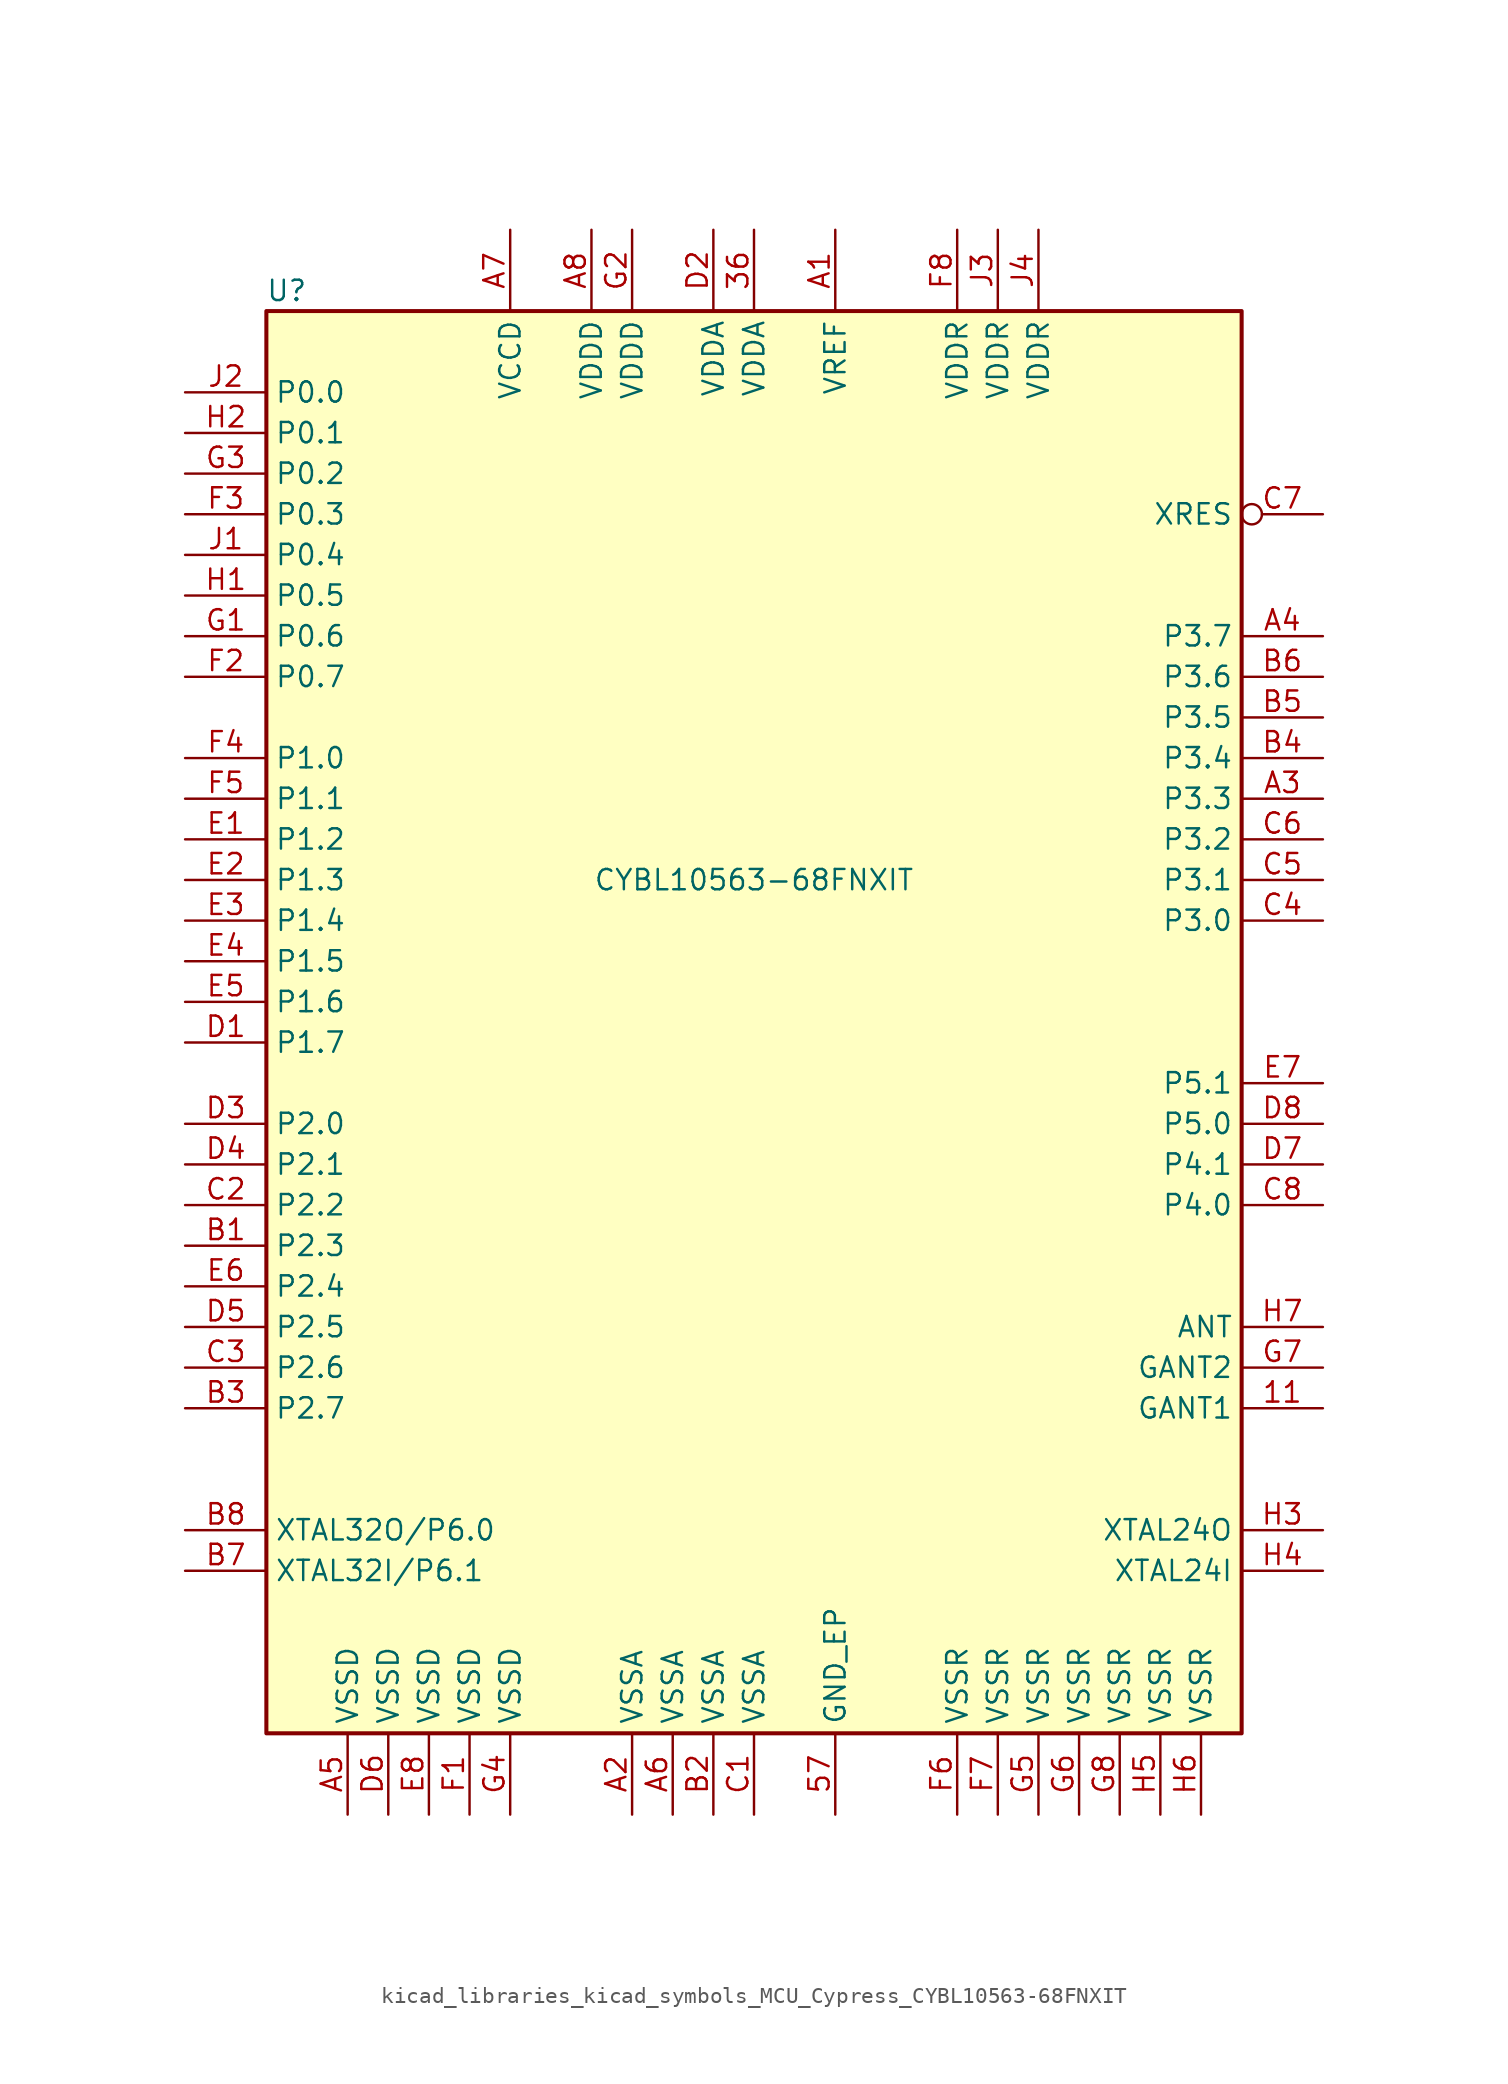
<source format=kicad_sym>
(kicad_symbol_lib
  (version 20220914)
  (generator kicad_symbol_editor)
  (symbol "kicad_libraries_kicad_symbols_MCU_Cypress_CYBL10563-68FNXIT"
    (property "Reference" "U"
      (at -29.21 39.37 0)
      (effects (font (size 1.27 1.27))))
    (property "Value" "CYBL10563-68FNXIT"
      (at 0 2.54 0)
      (effects (font (size 1.27 1.27))))
    (symbol "kicad_libraries_kicad_symbols_MCU_Cypress_CYBL10563-68FNXIT_1_0"
      (rectangle (start -30.48 -50.8) (end 30.48 38.1) (stroke (width 0.254) (type default)) (fill (type background))))
    (symbol "kicad_libraries_kicad_symbols_MCU_Cypress_CYBL10563-68FNXIT_1_1"
      (pin power_in line (at 35.56 -30.48 180) (length 5.08) (name "GANT1" (effects (font (size 1.27 1.27)))) (number "11" (effects (font (size 1.27 1.27)))))
      (pin power_in line (at 0 43.18 270) (length 5.08) (name "VDDA" (effects (font (size 1.27 1.27)))) (number "36" (effects (font (size 1.27 1.27)))))
      (pin power_in line (at 5.08 -55.88 90) (length 5.08) (name "GND_EP" (effects (font (size 1.27 1.27)))) (number "57" (effects (font (size 1.27 1.27)))))
      (pin passive line (at 5.08 43.18 270) (length 5.08) (name "VREF" (effects (font (size 1.27 1.27)))) (number "A1" (effects (font (size 1.27 1.27)))))
      (pin power_in line (at -7.62 -55.88 90) (length 5.08) (name "VSSA" (effects (font (size 1.27 1.27)))) (number "A2" (effects (font (size 1.27 1.27)))))
      (pin bidirectional line (at 35.56 7.62 180) (length 5.08) (name "P3.3" (effects (font (size 1.27 1.27)))) (number "A3" (effects (font (size 1.27 1.27)))))
      (pin bidirectional line (at 35.56 17.78 180) (length 5.08) (name "P3.7" (effects (font (size 1.27 1.27)))) (number "A4" (effects (font (size 1.27 1.27)))))
      (pin power_in line (at -25.4 -55.88 90) (length 5.08) (name "VSSD" (effects (font (size 1.27 1.27)))) (number "A5" (effects (font (size 1.27 1.27)))))
      (pin power_in line (at -5.08 -55.88 90) (length 5.08) (name "VSSA" (effects (font (size 1.27 1.27)))) (number "A6" (effects (font (size 1.27 1.27)))))
      (pin power_out line (at -15.24 43.18 270) (length 5.08) (name "VCCD" (effects (font (size 1.27 1.27)))) (number "A7" (effects (font (size 1.27 1.27)))))
      (pin power_in line (at -10.16 43.18 270) (length 5.08) (name "VDDD" (effects (font (size 1.27 1.27)))) (number "A8" (effects (font (size 1.27 1.27)))))
      (pin bidirectional line (at -35.56 -20.32 0) (length 5.08) (name "P2.3" (effects (font (size 1.27 1.27)))) (number "B1" (effects (font (size 1.27 1.27)))))
      (pin bidirectional line (at -2.54 -55.88 90) (length 5.08) (name "VSSA" (effects (font (size 1.27 1.27)))) (number "B2" (effects (font (size 1.27 1.27)))))
      (pin bidirectional line (at -35.56 -30.48 0) (length 5.08) (name "P2.7" (effects (font (size 1.27 1.27)))) (number "B3" (effects (font (size 1.27 1.27)))))
      (pin bidirectional line (at 35.56 10.16 180) (length 5.08) (name "P3.4" (effects (font (size 1.27 1.27)))) (number "B4" (effects (font (size 1.27 1.27)))))
      (pin bidirectional line (at 35.56 12.7 180) (length 5.08) (name "P3.5" (effects (font (size 1.27 1.27)))) (number "B5" (effects (font (size 1.27 1.27)))))
      (pin bidirectional line (at 35.56 15.24 180) (length 5.08) (name "P3.6" (effects (font (size 1.27 1.27)))) (number "B6" (effects (font (size 1.27 1.27)))))
      (pin bidirectional line (at -35.56 -40.64 0) (length 5.08) (name "XTAL32I/P6.1" (effects (font (size 1.27 1.27)))) (number "B7" (effects (font (size 1.27 1.27)))))
      (pin bidirectional line (at -35.56 -38.1 0) (length 5.08) (name "XTAL32O/P6.0" (effects (font (size 1.27 1.27)))) (number "B8" (effects (font (size 1.27 1.27)))))
      (pin power_in line (at 0 -55.88 90) (length 5.08) (name "VSSA" (effects (font (size 1.27 1.27)))) (number "C1" (effects (font (size 1.27 1.27)))))
      (pin bidirectional line (at -35.56 -17.78 0) (length 5.08) (name "P2.2" (effects (font (size 1.27 1.27)))) (number "C2" (effects (font (size 1.27 1.27)))))
      (pin bidirectional line (at -35.56 -27.94 0) (length 5.08) (name "P2.6" (effects (font (size 1.27 1.27)))) (number "C3" (effects (font (size 1.27 1.27)))))
      (pin bidirectional line (at 35.56 0 180) (length 5.08) (name "P3.0" (effects (font (size 1.27 1.27)))) (number "C4" (effects (font (size 1.27 1.27)))))
      (pin bidirectional line (at 35.56 2.54 180) (length 5.08) (name "P3.1" (effects (font (size 1.27 1.27)))) (number "C5" (effects (font (size 1.27 1.27)))))
      (pin bidirectional line (at 35.56 5.08 180) (length 5.08) (name "P3.2" (effects (font (size 1.27 1.27)))) (number "C6" (effects (font (size 1.27 1.27)))))
      (pin input inverted (at 35.56 25.4 180) (length 5.08) (name "XRES" (effects (font (size 1.27 1.27)))) (number "C7" (effects (font (size 1.27 1.27)))))
      (pin bidirectional line (at 35.56 -17.78 180) (length 5.08) (name "P4.0" (effects (font (size 1.27 1.27)))) (number "C8" (effects (font (size 1.27 1.27)))))
      (pin bidirectional line (at -35.56 -7.62 0) (length 5.08) (name "P1.7" (effects (font (size 1.27 1.27)))) (number "D1" (effects (font (size 1.27 1.27)))))
      (pin power_in line (at -2.54 43.18 270) (length 5.08) (name "VDDA" (effects (font (size 1.27 1.27)))) (number "D2" (effects (font (size 1.27 1.27)))))
      (pin bidirectional line (at -35.56 -12.7 0) (length 5.08) (name "P2.0" (effects (font (size 1.27 1.27)))) (number "D3" (effects (font (size 1.27 1.27)))))
      (pin bidirectional line (at -35.56 -15.24 0) (length 5.08) (name "P2.1" (effects (font (size 1.27 1.27)))) (number "D4" (effects (font (size 1.27 1.27)))))
      (pin bidirectional line (at -35.56 -25.4 0) (length 5.08) (name "P2.5" (effects (font (size 1.27 1.27)))) (number "D5" (effects (font (size 1.27 1.27)))))
      (pin power_in line (at -22.86 -55.88 90) (length 5.08) (name "VSSD" (effects (font (size 1.27 1.27)))) (number "D6" (effects (font (size 1.27 1.27)))))
      (pin bidirectional line (at 35.56 -15.24 180) (length 5.08) (name "P4.1" (effects (font (size 1.27 1.27)))) (number "D7" (effects (font (size 1.27 1.27)))))
      (pin bidirectional line (at 35.56 -12.7 180) (length 5.08) (name "P5.0" (effects (font (size 1.27 1.27)))) (number "D8" (effects (font (size 1.27 1.27)))))
      (pin bidirectional line (at -35.56 5.08 0) (length 5.08) (name "P1.2" (effects (font (size 1.27 1.27)))) (number "E1" (effects (font (size 1.27 1.27)))))
      (pin bidirectional line (at -35.56 2.54 0) (length 5.08) (name "P1.3" (effects (font (size 1.27 1.27)))) (number "E2" (effects (font (size 1.27 1.27)))))
      (pin bidirectional line (at -35.56 0 0) (length 5.08) (name "P1.4" (effects (font (size 1.27 1.27)))) (number "E3" (effects (font (size 1.27 1.27)))))
      (pin bidirectional line (at -35.56 -2.54 0) (length 5.08) (name "P1.5" (effects (font (size 1.27 1.27)))) (number "E4" (effects (font (size 1.27 1.27)))))
      (pin bidirectional line (at -35.56 -5.08 0) (length 5.08) (name "P1.6" (effects (font (size 1.27 1.27)))) (number "E5" (effects (font (size 1.27 1.27)))))
      (pin bidirectional line (at -35.56 -22.86 0) (length 5.08) (name "P2.4" (effects (font (size 1.27 1.27)))) (number "E6" (effects (font (size 1.27 1.27)))))
      (pin bidirectional line (at 35.56 -10.16 180) (length 5.08) (name "P5.1" (effects (font (size 1.27 1.27)))) (number "E7" (effects (font (size 1.27 1.27)))))
      (pin power_in line (at -20.32 -55.88 90) (length 5.08) (name "VSSD" (effects (font (size 1.27 1.27)))) (number "E8" (effects (font (size 1.27 1.27)))))
      (pin power_in line (at -17.78 -55.88 90) (length 5.08) (name "VSSD" (effects (font (size 1.27 1.27)))) (number "F1" (effects (font (size 1.27 1.27)))))
      (pin bidirectional line (at -35.56 15.24 0) (length 5.08) (name "P0.7" (effects (font (size 1.27 1.27)))) (number "F2" (effects (font (size 1.27 1.27)))))
      (pin bidirectional line (at -35.56 25.4 0) (length 5.08) (name "P0.3" (effects (font (size 1.27 1.27)))) (number "F3" (effects (font (size 1.27 1.27)))))
      (pin bidirectional line (at -35.56 10.16 0) (length 5.08) (name "P1.0" (effects (font (size 1.27 1.27)))) (number "F4" (effects (font (size 1.27 1.27)))))
      (pin bidirectional line (at -35.56 7.62 0) (length 5.08) (name "P1.1" (effects (font (size 1.27 1.27)))) (number "F5" (effects (font (size 1.27 1.27)))))
      (pin power_in line (at 12.7 -55.88 90) (length 5.08) (name "VSSR" (effects (font (size 1.27 1.27)))) (number "F6" (effects (font (size 1.27 1.27)))))
      (pin power_in line (at 15.24 -55.88 90) (length 5.08) (name "VSSR" (effects (font (size 1.27 1.27)))) (number "F7" (effects (font (size 1.27 1.27)))))
      (pin power_in line (at 12.7 43.18 270) (length 5.08) (name "VDDR" (effects (font (size 1.27 1.27)))) (number "F8" (effects (font (size 1.27 1.27)))))
      (pin bidirectional line (at -35.56 17.78 0) (length 5.08) (name "P0.6" (effects (font (size 1.27 1.27)))) (number "G1" (effects (font (size 1.27 1.27)))))
      (pin power_in line (at -7.62 43.18 270) (length 5.08) (name "VDDD" (effects (font (size 1.27 1.27)))) (number "G2" (effects (font (size 1.27 1.27)))))
      (pin bidirectional line (at -35.56 27.94 0) (length 5.08) (name "P0.2" (effects (font (size 1.27 1.27)))) (number "G3" (effects (font (size 1.27 1.27)))))
      (pin power_in line (at -15.24 -55.88 90) (length 5.08) (name "VSSD" (effects (font (size 1.27 1.27)))) (number "G4" (effects (font (size 1.27 1.27)))))
      (pin power_in line (at 17.78 -55.88 90) (length 5.08) (name "VSSR" (effects (font (size 1.27 1.27)))) (number "G5" (effects (font (size 1.27 1.27)))))
      (pin power_in line (at 20.32 -55.88 90) (length 5.08) (name "VSSR" (effects (font (size 1.27 1.27)))) (number "G6" (effects (font (size 1.27 1.27)))))
      (pin power_in line (at 35.56 -27.94 180) (length 5.08) (name "GANT2" (effects (font (size 1.27 1.27)))) (number "G7" (effects (font (size 1.27 1.27)))))
      (pin power_in line (at 22.86 -55.88 90) (length 5.08) (name "VSSR" (effects (font (size 1.27 1.27)))) (number "G8" (effects (font (size 1.27 1.27)))))
      (pin bidirectional line (at -35.56 20.32 0) (length 5.08) (name "P0.5" (effects (font (size 1.27 1.27)))) (number "H1" (effects (font (size 1.27 1.27)))))
      (pin bidirectional line (at -35.56 30.48 0) (length 5.08) (name "P0.1" (effects (font (size 1.27 1.27)))) (number "H2" (effects (font (size 1.27 1.27)))))
      (pin output line (at 35.56 -38.1 180) (length 5.08) (name "XTAL24O" (effects (font (size 1.27 1.27)))) (number "H3" (effects (font (size 1.27 1.27)))))
      (pin input line (at 35.56 -40.64 180) (length 5.08) (name "XTAL24I" (effects (font (size 1.27 1.27)))) (number "H4" (effects (font (size 1.27 1.27)))))
      (pin power_in line (at 25.4 -55.88 90) (length 5.08) (name "VSSR" (effects (font (size 1.27 1.27)))) (number "H5" (effects (font (size 1.27 1.27)))))
      (pin power_in line (at 27.94 -55.88 90) (length 5.08) (name "VSSR" (effects (font (size 1.27 1.27)))) (number "H6" (effects (font (size 1.27 1.27)))))
      (pin output line (at 35.56 -25.4 180) (length 5.08) (name "ANT" (effects (font (size 1.27 1.27)))) (number "H7" (effects (font (size 1.27 1.27)))))
      (pin bidirectional line (at -35.56 22.86 0) (length 5.08) (name "P0.4" (effects (font (size 1.27 1.27)))) (number "J1" (effects (font (size 1.27 1.27)))))
      (pin bidirectional line (at -35.56 33.02 0) (length 5.08) (name "P0.0" (effects (font (size 1.27 1.27)))) (number "J2" (effects (font (size 1.27 1.27)))))
      (pin power_in line (at 15.24 43.18 270) (length 5.08) (name "VDDR" (effects (font (size 1.27 1.27)))) (number "J3" (effects (font (size 1.27 1.27)))))
      (pin power_in line (at 17.78 43.18 270) (length 5.08) (name "VDDR" (effects (font (size 1.27 1.27)))) (number "J4" (effects (font (size 1.27 1.27)))))
      (pin no_connect line (at 30.48 30.48 180) (length 2.54) hide (name "NC" (effects (font (size 1.27 1.27)))) (number "J7" (effects (font (size 1.27 1.27))))))))
</source>
